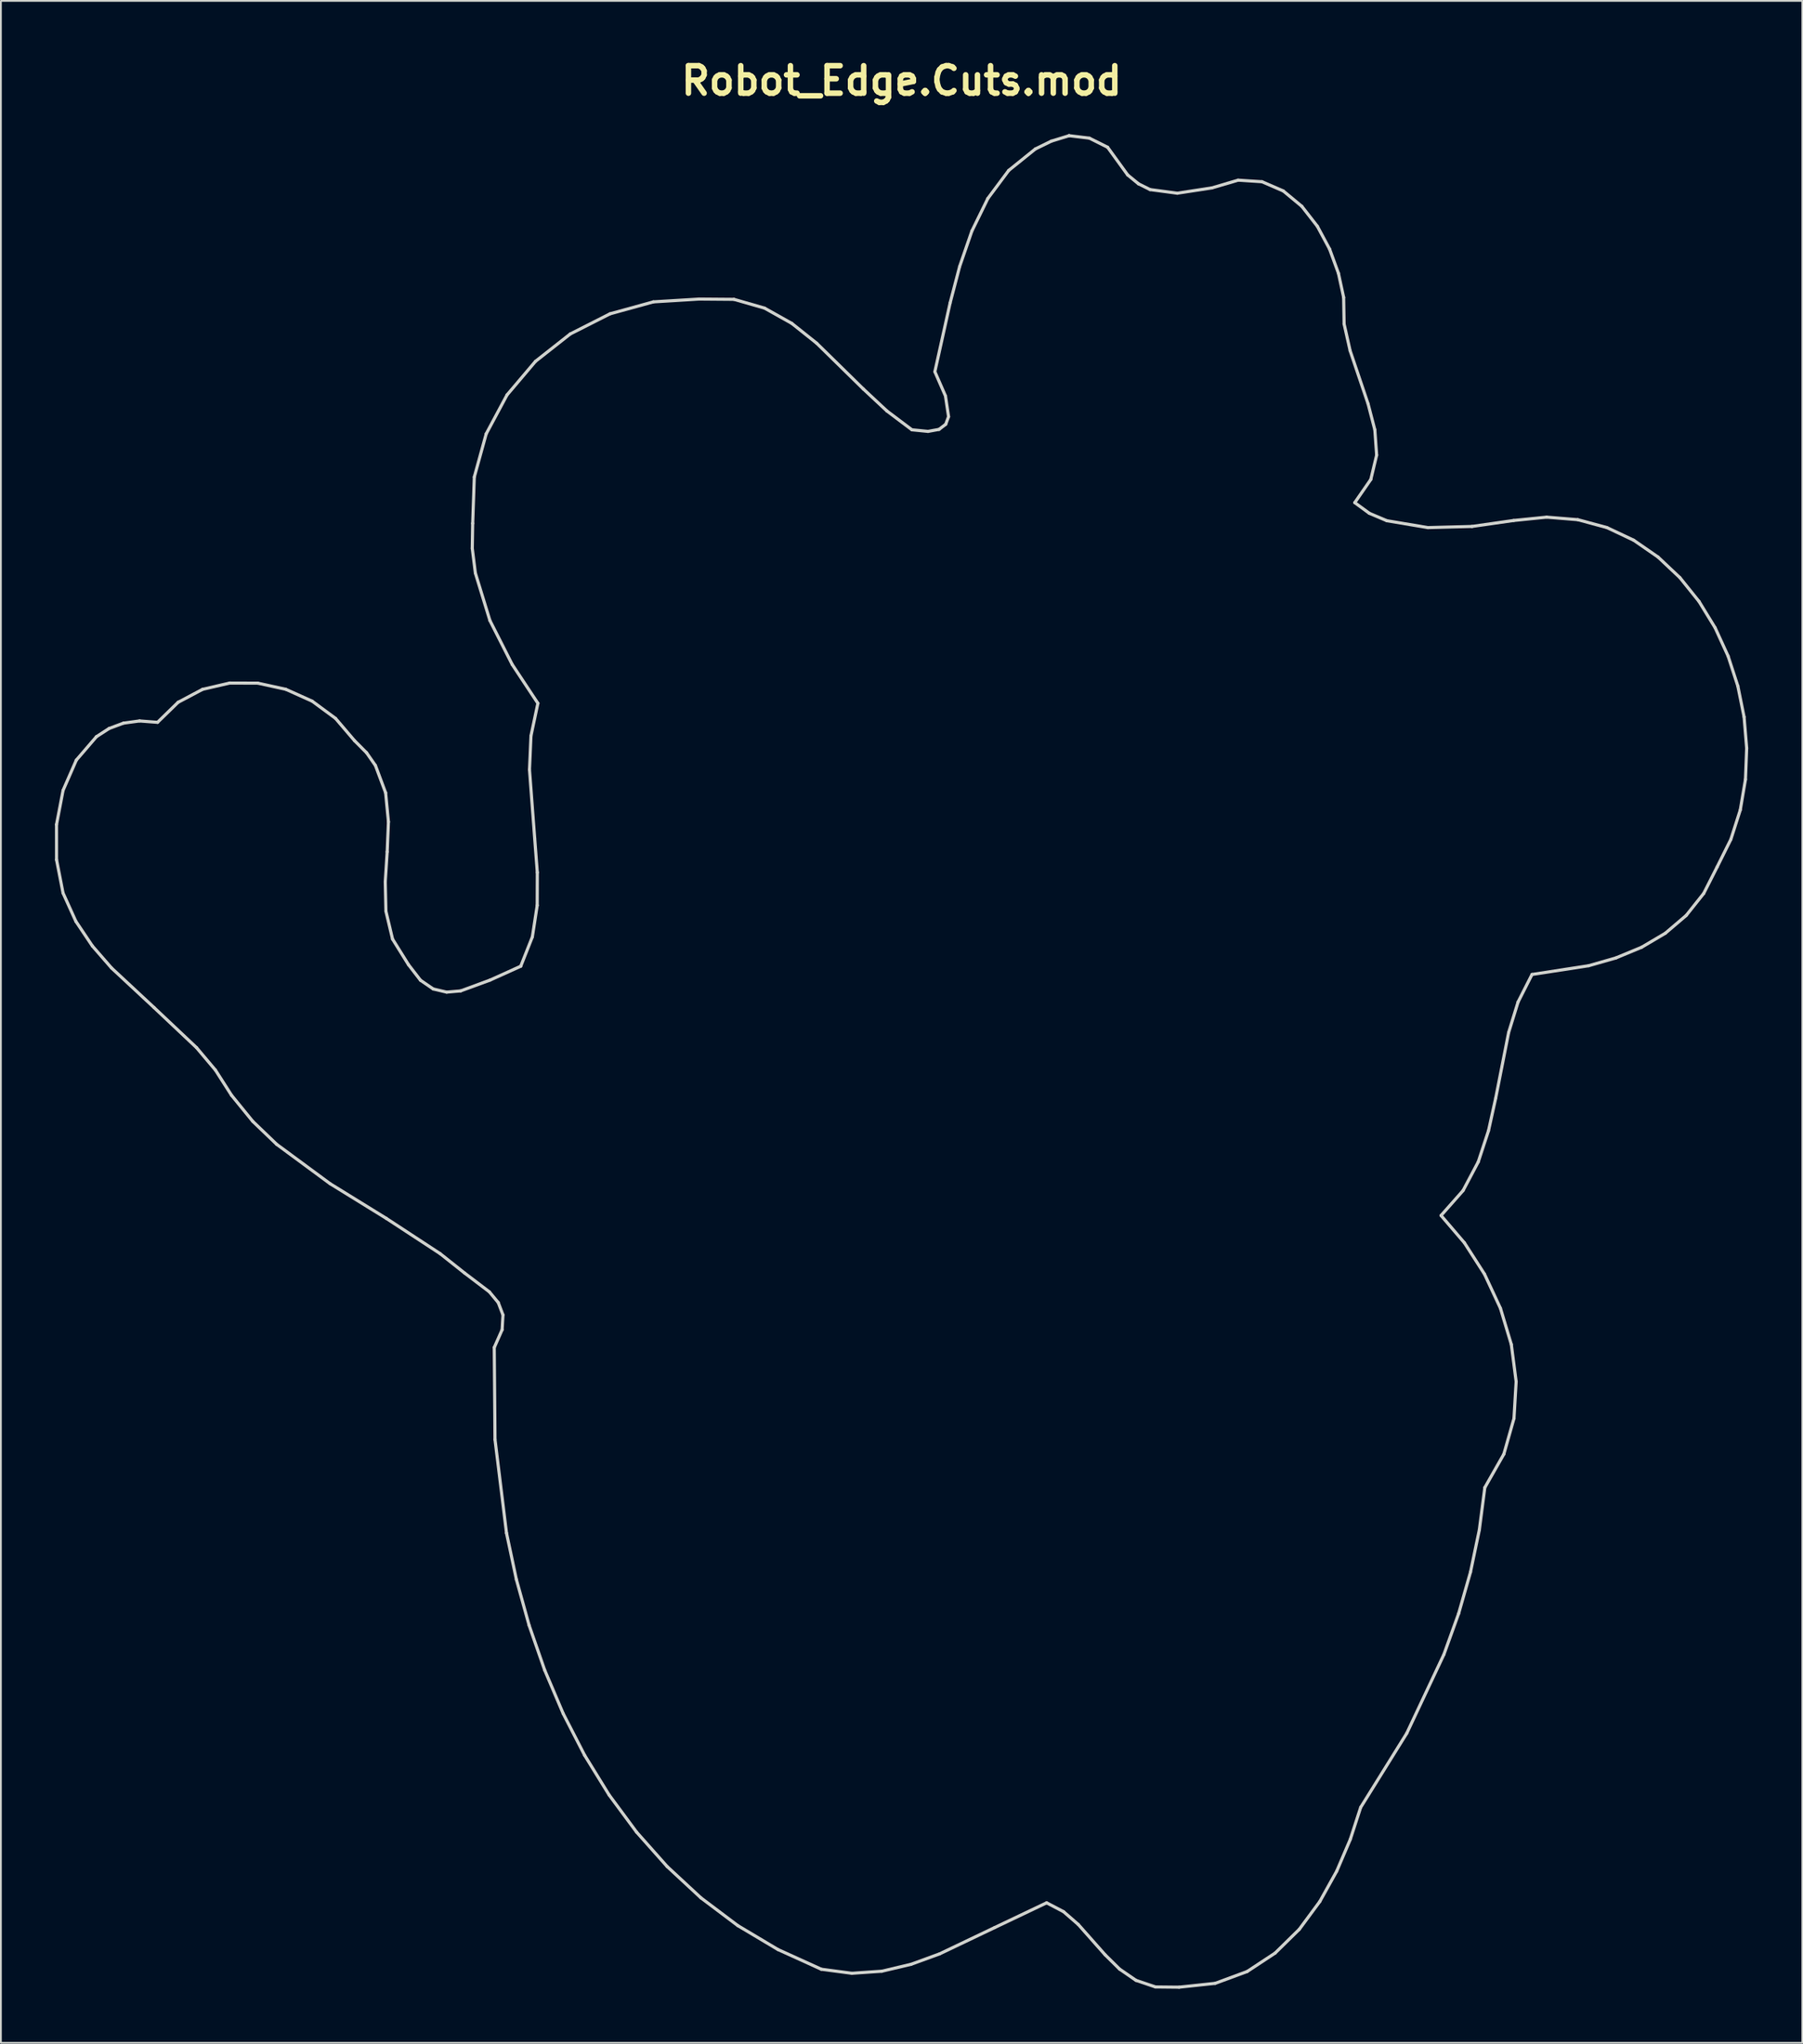
<source format=kicad_pcb>
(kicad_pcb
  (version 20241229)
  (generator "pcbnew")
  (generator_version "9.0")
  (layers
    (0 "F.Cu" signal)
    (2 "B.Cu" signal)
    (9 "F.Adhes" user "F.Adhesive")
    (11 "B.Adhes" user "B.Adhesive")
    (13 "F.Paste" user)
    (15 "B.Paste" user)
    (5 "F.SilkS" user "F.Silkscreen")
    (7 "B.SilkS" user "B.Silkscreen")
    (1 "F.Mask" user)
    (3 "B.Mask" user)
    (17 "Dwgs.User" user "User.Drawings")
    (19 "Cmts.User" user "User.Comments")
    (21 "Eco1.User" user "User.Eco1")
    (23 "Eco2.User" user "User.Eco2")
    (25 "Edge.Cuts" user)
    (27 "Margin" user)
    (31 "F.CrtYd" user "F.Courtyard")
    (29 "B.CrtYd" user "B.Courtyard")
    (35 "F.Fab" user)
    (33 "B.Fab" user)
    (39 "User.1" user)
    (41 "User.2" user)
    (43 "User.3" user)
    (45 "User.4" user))
  (footprint "Robot_Edge.Cuts.mod"
    (layer "F.Cu")
    (at 46.981 55.809)
    (property "Reference" "Robot_Edge.Cuts.mod" (at 0 -54.382 0) (layer "F.SilkS") (effects (font (size 1.524 1.524) (thickness 0.305))))
    (attr smd)
    (fp_line (start -46.895 -13.136) (end -46.893 -11.184) (stroke (width 0.173) (type solid)) (layer "Edge.Cuts"))
    (fp_line (start -46.893 -11.184) (end -46.533 -9.34) (stroke (width 0.173) (type solid)) (layer "Edge.Cuts"))
    (fp_line (start -46.533 -9.34) (end -45.82 -7.767) (stroke (width 0.173) (type solid)) (layer "Edge.Cuts"))
    (fp_line (start -46.531 -15.032) (end -46.895 -13.136) (stroke (width 0.173) (type solid)) (layer "Edge.Cuts"))
    (fp_line (start -45.82 -7.767) (end -44.904 -6.401) (stroke (width 0.173) (type solid)) (layer "Edge.Cuts"))
    (fp_line (start -45.795 -16.711) (end -46.531 -15.032) (stroke (width 0.173) (type solid)) (layer "Edge.Cuts"))
    (fp_line (start -44.904 -6.401) (end -43.843 -5.183) (stroke (width 0.173) (type solid)) (layer "Edge.Cuts"))
    (fp_line (start -44.68 -18.008) (end -45.795 -16.711) (stroke (width 0.173) (type solid)) (layer "Edge.Cuts"))
    (fp_line (start -43.979 -18.462) (end -44.68 -18.008) (stroke (width 0.173) (type solid)) (layer "Edge.Cuts"))
    (fp_line (start -43.843 -5.183) (end -41.479 -2.984) (stroke (width 0.173) (type solid)) (layer "Edge.Cuts"))
    (fp_line (start -43.181 -18.76) (end -43.979 -18.462) (stroke (width 0.173) (type solid)) (layer "Edge.Cuts"))
    (fp_line (start -42.285 -18.881) (end -43.181 -18.76) (stroke (width 0.173) (type solid)) (layer "Edge.Cuts"))
    (fp_line (start -41.479 -2.984) (end -39.126 -0.766) (stroke (width 0.173) (type solid)) (layer "Edge.Cuts"))
    (fp_line (start -41.29 -18.804) (end -42.285 -18.881) (stroke (width 0.173) (type solid)) (layer "Edge.Cuts"))
    (fp_line (start -40.149 -19.914) (end -41.29 -18.804) (stroke (width 0.173) (type solid)) (layer "Edge.Cuts"))
    (fp_line (start -39.126 -0.766) (end -38.077 0.478) (stroke (width 0.173) (type solid)) (layer "Edge.Cuts"))
    (fp_line (start -38.79 -20.634) (end -40.149 -19.914) (stroke (width 0.173) (type solid)) (layer "Edge.Cuts"))
    (fp_line (start -38.077 0.478) (end -37.181 1.879) (stroke (width 0.173) (type solid)) (layer "Edge.Cuts"))
    (fp_line (start -37.29 -20.982) (end -38.79 -20.634) (stroke (width 0.173) (type solid)) (layer "Edge.Cuts"))
    (fp_line (start -37.181 1.879) (end -36.004 3.323) (stroke (width 0.173) (type solid)) (layer "Edge.Cuts"))
    (fp_line (start -36.004 3.323) (end -34.676 4.597) (stroke (width 0.173) (type solid)) (layer "Edge.Cuts"))
    (fp_line (start -35.726 -20.977) (end -37.29 -20.982) (stroke (width 0.173) (type solid)) (layer "Edge.Cuts"))
    (fp_line (start -34.676 4.597) (end -31.716 6.777) (stroke (width 0.173) (type solid)) (layer "Edge.Cuts"))
    (fp_line (start -34.174 -20.637) (end -35.726 -20.977) (stroke (width 0.173) (type solid)) (layer "Edge.Cuts"))
    (fp_line (start -32.71 -19.979) (end -34.174 -20.637) (stroke (width 0.173) (type solid)) (layer "Edge.Cuts"))
    (fp_line (start -31.716 6.777) (end -28.594 8.703) (stroke (width 0.173) (type solid)) (layer "Edge.Cuts"))
    (fp_line (start -31.412 -19.023) (end -32.71 -19.979) (stroke (width 0.173) (type solid)) (layer "Edge.Cuts"))
    (fp_line (start -30.356 -17.786) (end -31.412 -19.023) (stroke (width 0.173) (type solid)) (layer "Edge.Cuts"))
    (fp_line (start -29.691 -17.119) (end -30.356 -17.786) (stroke (width 0.173) (type solid)) (layer "Edge.Cuts"))
    (fp_line (start -29.197 -16.411) (end -29.691 -17.119) (stroke (width 0.173) (type solid)) (layer "Edge.Cuts"))
    (fp_line (start -28.653 -9.961) (end -28.545 -11.627) (stroke (width 0.173) (type solid)) (layer "Edge.Cuts"))
    (fp_line (start -28.632 -14.897) (end -29.197 -16.411) (stroke (width 0.173) (type solid)) (layer "Edge.Cuts"))
    (fp_line (start -28.616 -8.332) (end -28.653 -9.961) (stroke (width 0.173) (type solid)) (layer "Edge.Cuts"))
    (fp_line (start -28.594 8.703) (end -25.607 10.658) (stroke (width 0.173) (type solid)) (layer "Edge.Cuts"))
    (fp_line (start -28.545 -11.627) (end -28.476 -13.288) (stroke (width 0.173) (type solid)) (layer "Edge.Cuts"))
    (fp_line (start -28.476 -13.288) (end -28.632 -14.897) (stroke (width 0.173) (type solid)) (layer "Edge.Cuts"))
    (fp_line (start -28.248 -6.785) (end -28.616 -8.332) (stroke (width 0.173) (type solid)) (layer "Edge.Cuts"))
    (fp_line (start -27.364 -5.365) (end -28.248 -6.785) (stroke (width 0.173) (type solid)) (layer "Edge.Cuts"))
    (fp_line (start -26.698 -4.503) (end -27.364 -5.365) (stroke (width 0.173) (type solid)) (layer "Edge.Cuts"))
    (fp_line (start -25.99 -4.018) (end -26.698 -4.503) (stroke (width 0.173) (type solid)) (layer "Edge.Cuts"))
    (fp_line (start -25.607 10.658) (end -24.247 11.736) (stroke (width 0.173) (type solid)) (layer "Edge.Cuts"))
    (fp_line (start -25.246 -3.843) (end -25.99 -4.018) (stroke (width 0.173) (type solid)) (layer "Edge.Cuts"))
    (fp_line (start -24.469 -3.911) (end -25.246 -3.843) (stroke (width 0.173) (type solid)) (layer "Edge.Cuts"))
    (fp_line (start -24.247 11.736) (end -22.876 12.776) (stroke (width 0.173) (type solid)) (layer "Edge.Cuts"))
    (fp_line (start -23.824 -28.45) (end -23.653 -27.083) (stroke (width 0.173) (type solid)) (layer "Edge.Cuts"))
    (fp_line (start -23.801 -29.836) (end -23.824 -28.45) (stroke (width 0.173) (type solid)) (layer "Edge.Cuts"))
    (fp_line (start -23.711 -32.412) (end -23.801 -29.836) (stroke (width 0.173) (type solid)) (layer "Edge.Cuts"))
    (fp_line (start -23.653 -27.083) (end -22.845 -24.449) (stroke (width 0.173) (type solid)) (layer "Edge.Cuts"))
    (fp_line (start -23.051 -34.803) (end -23.711 -32.412) (stroke (width 0.173) (type solid)) (layer "Edge.Cuts"))
    (fp_line (start -22.876 12.776) (end -22.383 13.37) (stroke (width 0.173) (type solid)) (layer "Edge.Cuts"))
    (fp_line (start -22.845 -24.449) (end -21.61 -22.014) (stroke (width 0.173) (type solid)) (layer "Edge.Cuts"))
    (fp_line (start -22.838 -4.51) (end -24.469 -3.911) (stroke (width 0.173) (type solid)) (layer "Edge.Cuts"))
    (fp_line (start -22.604 15.862) (end -22.563 20.961) (stroke (width 0.173) (type solid)) (layer "Edge.Cuts"))
    (fp_line (start -22.563 20.961) (end -21.925 26.149) (stroke (width 0.173) (type solid)) (layer "Edge.Cuts"))
    (fp_line (start -22.383 13.37) (end -22.12 14.059) (stroke (width 0.173) (type solid)) (layer "Edge.Cuts"))
    (fp_line (start -22.168 14.878) (end -22.604 15.862) (stroke (width 0.173) (type solid)) (layer "Edge.Cuts"))
    (fp_line (start -22.12 14.059) (end -22.168 14.878) (stroke (width 0.173) (type solid)) (layer "Edge.Cuts"))
    (fp_line (start -21.925 26.149) (end -21.376 28.728) (stroke (width 0.173) (type solid)) (layer "Edge.Cuts"))
    (fp_line (start -21.896 -36.958) (end -23.051 -34.803) (stroke (width 0.173) (type solid)) (layer "Edge.Cuts"))
    (fp_line (start -21.61 -22.014) (end -20.184 -19.86) (stroke (width 0.173) (type solid)) (layer "Edge.Cuts"))
    (fp_line (start -21.376 28.728) (end -20.67 31.269) (stroke (width 0.173) (type solid)) (layer "Edge.Cuts"))
    (fp_line (start -21.134 -5.28) (end -22.838 -4.51) (stroke (width 0.173) (type solid)) (layer "Edge.Cuts"))
    (fp_line (start -20.67 31.269) (end -19.805 33.754) (stroke (width 0.173) (type solid)) (layer "Edge.Cuts"))
    (fp_line (start -20.649 -16.179) (end -20.36 -12.365) (stroke (width 0.173) (type solid)) (layer "Edge.Cuts"))
    (fp_line (start -20.567 -18.051) (end -20.649 -16.179) (stroke (width 0.173) (type solid)) (layer "Edge.Cuts"))
    (fp_line (start -20.489 -6.909) (end -21.134 -5.28) (stroke (width 0.173) (type solid)) (layer "Edge.Cuts"))
    (fp_line (start -20.36 -12.365) (end -20.215 -10.482) (stroke (width 0.173) (type solid)) (layer "Edge.Cuts"))
    (fp_line (start -20.317 -38.821) (end -21.896 -36.958) (stroke (width 0.173) (type solid)) (layer "Edge.Cuts"))
    (fp_line (start -20.221 -8.653) (end -20.489 -6.909) (stroke (width 0.173) (type solid)) (layer "Edge.Cuts"))
    (fp_line (start -20.215 -10.482) (end -20.221 -8.653) (stroke (width 0.173) (type solid)) (layer "Edge.Cuts"))
    (fp_line (start -20.184 -19.86) (end -20.567 -18.051) (stroke (width 0.173) (type solid)) (layer "Edge.Cuts"))
    (fp_line (start -19.805 33.754) (end -18.779 36.163) (stroke (width 0.173) (type solid)) (layer "Edge.Cuts"))
    (fp_line (start -18.779 36.163) (end -17.588 38.476) (stroke (width 0.173) (type solid)) (layer "Edge.Cuts"))
    (fp_line (start -18.389 -40.338) (end -20.317 -38.821) (stroke (width 0.173) (type solid)) (layer "Edge.Cuts"))
    (fp_line (start -17.588 38.476) (end -16.231 40.674) (stroke (width 0.173) (type solid)) (layer "Edge.Cuts"))
    (fp_line (start -16.231 40.674) (end -14.705 42.737) (stroke (width 0.173) (type solid)) (layer "Edge.Cuts"))
    (fp_line (start -16.183 -41.456) (end -18.389 -40.338) (stroke (width 0.173) (type solid)) (layer "Edge.Cuts"))
    (fp_line (start -14.705 42.737) (end -13.008 44.645) (stroke (width 0.173) (type solid)) (layer "Edge.Cuts"))
    (fp_line (start -13.774 -42.12) (end -16.183 -41.456) (stroke (width 0.173) (type solid)) (layer "Edge.Cuts"))
    (fp_line (start -13.008 44.645) (end -11.137 46.379) (stroke (width 0.173) (type solid)) (layer "Edge.Cuts"))
    (fp_line (start -11.233 -42.275) (end -13.774 -42.12) (stroke (width 0.173) (type solid)) (layer "Edge.Cuts"))
    (fp_line (start -11.137 46.379) (end -9.09 47.919) (stroke (width 0.173) (type solid)) (layer "Edge.Cuts"))
    (fp_line (start -9.304 -42.26) (end -11.233 -42.275) (stroke (width 0.173) (type solid)) (layer "Edge.Cuts"))
    (fp_line (start -9.09 47.919) (end -6.864 49.245) (stroke (width 0.173) (type solid)) (layer "Edge.Cuts"))
    (fp_line (start -7.609 -41.775) (end -9.304 -42.26) (stroke (width 0.173) (type solid)) (layer "Edge.Cuts"))
    (fp_line (start -6.864 49.245) (end -4.457 50.338) (stroke (width 0.173) (type solid)) (layer "Edge.Cuts"))
    (fp_line (start -6.096 -40.928) (end -7.609 -41.775) (stroke (width 0.173) (type solid)) (layer "Edge.Cuts"))
    (fp_line (start -4.712 -39.826) (end -6.096 -40.928) (stroke (width 0.173) (type solid)) (layer "Edge.Cuts"))
    (fp_line (start -4.457 50.338) (end -2.761 50.564) (stroke (width 0.173) (type solid)) (layer "Edge.Cuts"))
    (fp_line (start -2.761 50.564) (end -1.1 50.449) (stroke (width 0.173) (type solid)) (layer "Edge.Cuts"))
    (fp_line (start -2.124 -37.29) (end -4.712 -39.826) (stroke (width 0.173) (type solid)) (layer "Edge.Cuts"))
    (fp_line (start -1.1 50.449) (end 0.526 50.065) (stroke (width 0.173) (type solid)) (layer "Edge.Cuts"))
    (fp_line (start -0.816 -36.07) (end -2.124 -37.29) (stroke (width 0.173) (type solid)) (layer "Edge.Cuts"))
    (fp_line (start 0.526 50.065) (end 2.113 49.485) (stroke (width 0.173) (type solid)) (layer "Edge.Cuts"))
    (fp_line (start 0.572 -35.026) (end -0.816 -36.07) (stroke (width 0.173) (type solid)) (layer "Edge.Cuts"))
    (fp_line (start 1.466 -34.937) (end 0.572 -35.026) (stroke (width 0.173) (type solid)) (layer "Edge.Cuts"))
    (fp_line (start 1.846 -38.248) (end 2.434 -36.902) (stroke (width 0.173) (type solid)) (layer "Edge.Cuts"))
    (fp_line (start 2.079 -35.049) (end 1.466 -34.937) (stroke (width 0.173) (type solid)) (layer "Edge.Cuts"))
    (fp_line (start 2.113 49.485) (end 5.167 48.027) (stroke (width 0.173) (type solid)) (layer "Edge.Cuts"))
    (fp_line (start 2.434 -36.902) (end 2.606 -35.755) (stroke (width 0.173) (type solid)) (layer "Edge.Cuts"))
    (fp_line (start 2.448 -35.332) (end 2.079 -35.049) (stroke (width 0.173) (type solid)) (layer "Edge.Cuts"))
    (fp_line (start 2.606 -35.755) (end 2.448 -35.332) (stroke (width 0.173) (type solid)) (layer "Edge.Cuts"))
    (fp_line (start 2.692 -42.06) (end 1.846 -38.248) (stroke (width 0.173) (type solid)) (layer "Edge.Cuts"))
    (fp_line (start 3.221 -44.082) (end 2.692 -42.06) (stroke (width 0.173) (type solid)) (layer "Edge.Cuts"))
    (fp_line (start 3.9 -46.048) (end 3.221 -44.082) (stroke (width 0.173) (type solid)) (layer "Edge.Cuts"))
    (fp_line (start 4.788 -47.857) (end 3.9 -46.048) (stroke (width 0.173) (type solid)) (layer "Edge.Cuts"))
    (fp_line (start 5.167 48.027) (end 8.048 46.655) (stroke (width 0.173) (type solid)) (layer "Edge.Cuts"))
    (fp_line (start 5.944 -49.408) (end 4.788 -47.857) (stroke (width 0.173) (type solid)) (layer "Edge.Cuts"))
    (fp_line (start 7.426 -50.601) (end 5.944 -49.408) (stroke (width 0.173) (type solid)) (layer "Edge.Cuts"))
    (fp_line (start 8.048 46.655) (end 8.987 47.147) (stroke (width 0.173) (type solid)) (layer "Edge.Cuts"))
    (fp_line (start 8.307 -51.031) (end 7.426 -50.601) (stroke (width 0.173) (type solid)) (layer "Edge.Cuts"))
    (fp_line (start 8.987 47.147) (end 9.802 47.855) (stroke (width 0.173) (type solid)) (layer "Edge.Cuts"))
    (fp_line (start 9.293 -51.334) (end 9.293 -51.334) (stroke (width 0.173) (type solid)) (layer "Edge.Cuts"))
    (fp_line (start 9.293 -51.334) (end 8.307 -51.031) (stroke (width 0.173) (type solid)) (layer "Edge.Cuts"))
    (fp_line (start 9.802 47.855) (end 11.296 49.541) (stroke (width 0.173) (type solid)) (layer "Edge.Cuts"))
    (fp_line (start 10.418 -51.199) (end 9.293 -51.334) (stroke (width 0.173) (type solid)) (layer "Edge.Cuts"))
    (fp_line (start 11.296 49.541) (end 12.094 50.329) (stroke (width 0.173) (type solid)) (layer "Edge.Cuts"))
    (fp_line (start 11.431 -50.694) (end 10.418 -51.199) (stroke (width 0.173) (type solid)) (layer "Edge.Cuts"))
    (fp_line (start 12.094 50.329) (end 13.004 50.954) (stroke (width 0.173) (type solid)) (layer "Edge.Cuts"))
    (fp_line (start 12.545 -49.158) (end 11.431 -50.694) (stroke (width 0.173) (type solid)) (layer "Edge.Cuts"))
    (fp_line (start 13.004 50.954) (end 14.086 51.321) (stroke (width 0.173) (type solid)) (layer "Edge.Cuts"))
    (fp_line (start 13.141 -48.669) (end 12.545 -49.158) (stroke (width 0.173) (type solid)) (layer "Edge.Cuts"))
    (fp_line (start 13.787 -48.346) (end 13.141 -48.669) (stroke (width 0.173) (type solid)) (layer "Edge.Cuts"))
    (fp_line (start 14.086 51.321) (end 15.399 51.334) (stroke (width 0.173) (type solid)) (layer "Edge.Cuts"))
    (fp_line (start 15.298 -48.145) (end 13.787 -48.346) (stroke (width 0.173) (type solid)) (layer "Edge.Cuts"))
    (fp_line (start 15.399 51.334) (end 17.4 51.121) (stroke (width 0.173) (type solid)) (layer "Edge.Cuts"))
    (fp_line (start 17.22 -48.44) (end 15.298 -48.145) (stroke (width 0.173) (type solid)) (layer "Edge.Cuts"))
    (fp_line (start 17.4 51.121) (end 19.174 50.466) (stroke (width 0.173) (type solid)) (layer "Edge.Cuts"))
    (fp_line (start 18.674 -48.868) (end 17.22 -48.44) (stroke (width 0.173) (type solid)) (layer "Edge.Cuts"))
    (fp_line (start 19.174 50.466) (end 20.727 49.443) (stroke (width 0.173) (type solid)) (layer "Edge.Cuts"))
    (fp_line (start 19.999 -48.782) (end 18.674 -48.868) (stroke (width 0.173) (type solid)) (layer "Edge.Cuts"))
    (fp_line (start 20.727 49.443) (end 22.068 48.126) (stroke (width 0.173) (type solid)) (layer "Edge.Cuts"))
    (fp_line (start 21.18 -48.27) (end 19.999 -48.782) (stroke (width 0.173) (type solid)) (layer "Edge.Cuts"))
    (fp_line (start 22.068 48.126) (end 23.205 46.586) (stroke (width 0.173) (type solid)) (layer "Edge.Cuts"))
    (fp_line (start 22.208 -47.419) (end 21.18 -48.27) (stroke (width 0.173) (type solid)) (layer "Edge.Cuts"))
    (fp_line (start 23.068 -46.316) (end 22.208 -47.419) (stroke (width 0.173) (type solid)) (layer "Edge.Cuts"))
    (fp_line (start 23.205 46.586) (end 24.146 44.898) (stroke (width 0.173) (type solid)) (layer "Edge.Cuts"))
    (fp_line (start 23.75 -45.048) (end 23.068 -46.316) (stroke (width 0.173) (type solid)) (layer "Edge.Cuts"))
    (fp_line (start 24.146 44.898) (end 24.9 43.133) (stroke (width 0.173) (type solid)) (layer "Edge.Cuts"))
    (fp_line (start 24.241 -43.703) (end 23.75 -45.048) (stroke (width 0.173) (type solid)) (layer "Edge.Cuts"))
    (fp_line (start 24.53 -42.366) (end 24.241 -43.703) (stroke (width 0.173) (type solid)) (layer "Edge.Cuts"))
    (fp_line (start 24.555 -40.898) (end 24.53 -42.366) (stroke (width 0.173) (type solid)) (layer "Edge.Cuts"))
    (fp_line (start 24.887 -39.417) (end 24.555 -40.898) (stroke (width 0.173) (type solid)) (layer "Edge.Cuts"))
    (fp_line (start 24.9 43.133) (end 25.474 41.365) (stroke (width 0.173) (type solid)) (layer "Edge.Cuts"))
    (fp_line (start 25.147 -30.987) (end 26.037 -32.272) (stroke (width 0.173) (type solid)) (layer "Edge.Cuts"))
    (fp_line (start 25.474 41.365) (end 28.03 37.259) (stroke (width 0.173) (type solid)) (layer "Edge.Cuts"))
    (fp_line (start 25.885 -36.467) (end 24.887 -39.417) (stroke (width 0.173) (type solid)) (layer "Edge.Cuts"))
    (fp_line (start 25.954 -30.396) (end 25.147 -30.987) (stroke (width 0.173) (type solid)) (layer "Edge.Cuts"))
    (fp_line (start 26.037 -32.272) (end 26.36 -33.622) (stroke (width 0.173) (type solid)) (layer "Edge.Cuts"))
    (fp_line (start 26.26 -35.025) (end 25.885 -36.467) (stroke (width 0.173) (type solid)) (layer "Edge.Cuts"))
    (fp_line (start 26.36 -33.622) (end 26.26 -35.025) (stroke (width 0.173) (type solid)) (layer "Edge.Cuts"))
    (fp_line (start 26.926 -29.984) (end 25.954 -30.396) (stroke (width 0.173) (type solid)) (layer "Edge.Cuts"))
    (fp_line (start 28.03 37.259) (end 30.094 32.881) (stroke (width 0.173) (type solid)) (layer "Edge.Cuts"))
    (fp_line (start 29.202 -29.603) (end 26.926 -29.984) (stroke (width 0.173) (type solid)) (layer "Edge.Cuts"))
    (fp_line (start 29.935 8.543) (end 31.156 7.161) (stroke (width 0.173) (type solid)) (layer "Edge.Cuts"))
    (fp_line (start 30.094 32.881) (end 30.911 30.614) (stroke (width 0.173) (type solid)) (layer "Edge.Cuts"))
    (fp_line (start 30.911 30.614) (end 31.57 28.31) (stroke (width 0.173) (type solid)) (layer "Edge.Cuts"))
    (fp_line (start 31.156 7.161) (end 31.998 5.572) (stroke (width 0.173) (type solid)) (layer "Edge.Cuts"))
    (fp_line (start 31.23 10.056) (end 29.935 8.543) (stroke (width 0.173) (type solid)) (layer "Edge.Cuts"))
    (fp_line (start 31.57 28.31) (end 32.058 25.978) (stroke (width 0.173) (type solid)) (layer "Edge.Cuts"))
    (fp_line (start 31.655 -29.667) (end 29.202 -29.603) (stroke (width 0.173) (type solid)) (layer "Edge.Cuts"))
    (fp_line (start 31.998 5.572) (end 32.568 3.84) (stroke (width 0.173) (type solid)) (layer "Edge.Cuts"))
    (fp_line (start 32.058 25.978) (end 32.364 23.628) (stroke (width 0.173) (type solid)) (layer "Edge.Cuts"))
    (fp_line (start 32.346 11.792) (end 31.23 10.056) (stroke (width 0.173) (type solid)) (layer "Edge.Cuts"))
    (fp_line (start 32.364 23.628) (end 33.419 21.775) (stroke (width 0.173) (type solid)) (layer "Edge.Cuts"))
    (fp_line (start 32.568 3.84) (end 32.969 2.025) (stroke (width 0.173) (type solid)) (layer "Edge.Cuts"))
    (fp_line (start 32.969 2.025) (end 33.685 -1.604) (stroke (width 0.173) (type solid)) (layer "Edge.Cuts"))
    (fp_line (start 33.232 13.691) (end 32.346 11.792) (stroke (width 0.173) (type solid)) (layer "Edge.Cuts"))
    (fp_line (start 33.419 21.775) (end 33.981 19.797) (stroke (width 0.173) (type solid)) (layer "Edge.Cuts"))
    (fp_line (start 33.685 -1.604) (end 34.208 -3.296) (stroke (width 0.173) (type solid)) (layer "Edge.Cuts"))
    (fp_line (start 33.835 15.697) (end 33.232 13.691) (stroke (width 0.173) (type solid)) (layer "Edge.Cuts"))
    (fp_line (start 33.964 -29.997) (end 31.655 -29.667) (stroke (width 0.173) (type solid)) (layer "Edge.Cuts"))
    (fp_line (start 33.981 19.797) (end 34.102 17.752) (stroke (width 0.173) (type solid)) (layer "Edge.Cuts"))
    (fp_line (start 34.102 17.752) (end 33.835 15.697) (stroke (width 0.173) (type solid)) (layer "Edge.Cuts"))
    (fp_line (start 34.208 -3.296) (end 34.982 -4.823) (stroke (width 0.173) (type solid)) (layer "Edge.Cuts"))
    (fp_line (start 34.982 -4.823) (end 38.124 -5.307) (stroke (width 0.173) (type solid)) (layer "Edge.Cuts"))
    (fp_line (start 35.796 -30.182) (end 33.964 -29.997) (stroke (width 0.173) (type solid)) (layer "Edge.Cuts"))
    (fp_line (start 37.523 -30.041) (end 35.796 -30.182) (stroke (width 0.173) (type solid)) (layer "Edge.Cuts"))
    (fp_line (start 38.124 -5.307) (end 39.638 -5.74) (stroke (width 0.173) (type solid)) (layer "Edge.Cuts"))
    (fp_line (start 39.136 -29.605) (end 37.523 -30.041) (stroke (width 0.173) (type solid)) (layer "Edge.Cuts"))
    (fp_line (start 39.638 -5.74) (end 41.068 -6.333) (stroke (width 0.173) (type solid)) (layer "Edge.Cuts"))
    (fp_line (start 40.624 -28.903) (end 39.136 -29.605) (stroke (width 0.173) (type solid)) (layer "Edge.Cuts"))
    (fp_line (start 41.068 -6.333) (end 42.38 -7.109) (stroke (width 0.173) (type solid)) (layer "Edge.Cuts"))
    (fp_line (start 41.979 -27.967) (end 40.624 -28.903) (stroke (width 0.173) (type solid)) (layer "Edge.Cuts"))
    (fp_line (start 42.38 -7.109) (end 43.538 -8.095) (stroke (width 0.173) (type solid)) (layer "Edge.Cuts"))
    (fp_line (start 43.19 -26.826) (end 41.979 -27.967) (stroke (width 0.173) (type solid)) (layer "Edge.Cuts"))
    (fp_line (start 43.538 -8.095) (end 44.509 -9.315) (stroke (width 0.173) (type solid)) (layer "Edge.Cuts"))
    (fp_line (start 44.248 -25.51) (end 43.19 -26.826) (stroke (width 0.173) (type solid)) (layer "Edge.Cuts"))
    (fp_line (start 44.509 -9.315) (end 45.258 -10.792) (stroke (width 0.173) (type solid)) (layer "Edge.Cuts"))
    (fp_line (start 45.142 -24.05) (end 44.248 -25.51) (stroke (width 0.173) (type solid)) (layer "Edge.Cuts"))
    (fp_line (start 45.258 -10.792) (end 46.019 -12.32) (stroke (width 0.173) (type solid)) (layer "Edge.Cuts"))
    (fp_line (start 45.864 -22.475) (end 45.142 -24.05) (stroke (width 0.173) (type solid)) (layer "Edge.Cuts"))
    (fp_line (start 46.019 -12.32) (end 46.539 -13.946) (stroke (width 0.173) (type solid)) (layer "Edge.Cuts"))
    (fp_line (start 46.403 -20.817) (end 45.864 -22.475) (stroke (width 0.173) (type solid)) (layer "Edge.Cuts"))
    (fp_line (start 46.539 -13.946) (end 46.827 -15.639) (stroke (width 0.173) (type solid)) (layer "Edge.Cuts"))
    (fp_line (start 46.75 -19.104) (end 46.403 -20.817) (stroke (width 0.173) (type solid)) (layer "Edge.Cuts"))
    (fp_line (start 46.827 -15.639) (end 46.895 -17.368) (stroke (width 0.173) (type solid)) (layer "Edge.Cuts"))
    (fp_line (start 46.895 -17.368) (end 46.75 -19.104) (stroke (width 0.173) (type solid)) (layer "Edge.Cuts")))
  (gr_rect
    (start -3 -3)
    (end 96.962 110.23)
    (stroke (width 0.1) (type default))
    (fill no)
    (layer "Edge.Cuts")))
</source>
